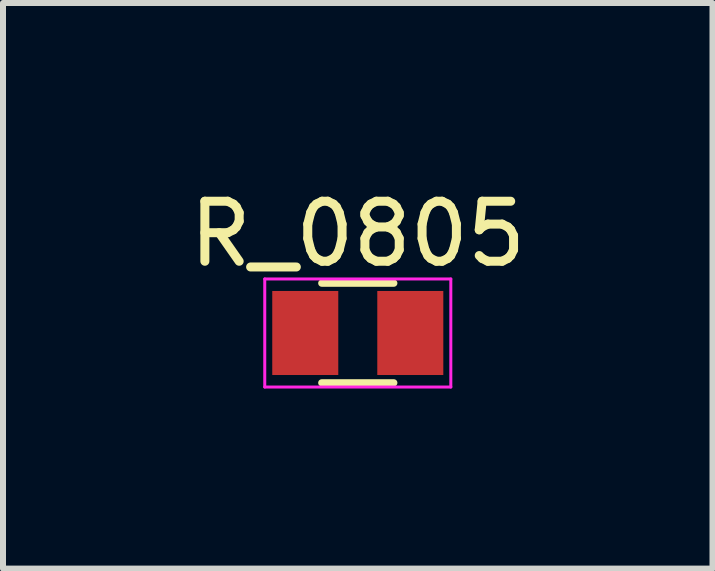
<source format=kicad_pcb>
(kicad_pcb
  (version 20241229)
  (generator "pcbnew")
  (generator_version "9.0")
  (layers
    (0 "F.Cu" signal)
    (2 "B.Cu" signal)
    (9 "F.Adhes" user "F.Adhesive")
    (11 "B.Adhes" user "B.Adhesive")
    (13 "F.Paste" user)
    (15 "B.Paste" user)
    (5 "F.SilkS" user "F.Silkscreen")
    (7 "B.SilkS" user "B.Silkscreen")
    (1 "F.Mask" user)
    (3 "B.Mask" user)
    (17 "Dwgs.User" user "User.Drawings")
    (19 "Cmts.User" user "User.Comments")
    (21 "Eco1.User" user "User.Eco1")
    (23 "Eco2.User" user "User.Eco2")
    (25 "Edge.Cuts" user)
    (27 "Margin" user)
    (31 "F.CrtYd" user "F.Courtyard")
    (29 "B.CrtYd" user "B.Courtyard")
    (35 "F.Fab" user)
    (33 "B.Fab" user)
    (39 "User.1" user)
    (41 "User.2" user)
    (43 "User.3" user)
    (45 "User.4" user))
  (footprint "R_0805"
    (layer "F.Cu")
    (at 2.911 2.498)
    (property "Reference" "R_0805" (at 0 -1.65 0) (layer "F.SilkS") (effects (font (size 1 1) (thickness 0.15))))
    (attr smd)
    (fp_line (start -0.6 -0.83) (end 0.6 -0.83) (stroke (width 0.12) (type solid)) (layer "F.SilkS"))
    (fp_line (start 0.6 0.83) (end -0.6 0.83) (stroke (width 0.12) (type solid)) (layer "F.SilkS"))
    (fp_line (start -1.55 -0.9) (end -1.55 0.9) (stroke (width 0.05) (type solid)) (layer "F.CrtYd"))
    (fp_line (start -1.55 -0.9) (end 1.55 -0.9) (stroke (width 0.05) (type solid)) (layer "F.CrtYd"))
    (fp_line (start 1.55 0.9) (end -1.55 0.9) (stroke (width 0.05) (type solid)) (layer "F.CrtYd"))
    (fp_line (start 1.55 0.9) (end 1.55 -0.9) (stroke (width 0.05) (type solid)) (layer "F.CrtYd"))
    (pad "1" smd rect (at -0.875 0) (size 1.1 1.4) (layers "F.Cu" "F.Mask" "F.Paste"))
    (pad "2" smd rect (at 0.875 0) (size 1.1 1.4) (layers "F.Cu" "F.Mask" "F.Paste")))
  (gr_rect
    (start -3 -3)
    (end 8.821 6.423)
    (stroke (width 0.1) (type default))
    (fill no)
    (layer "Edge.Cuts")))
</source>
